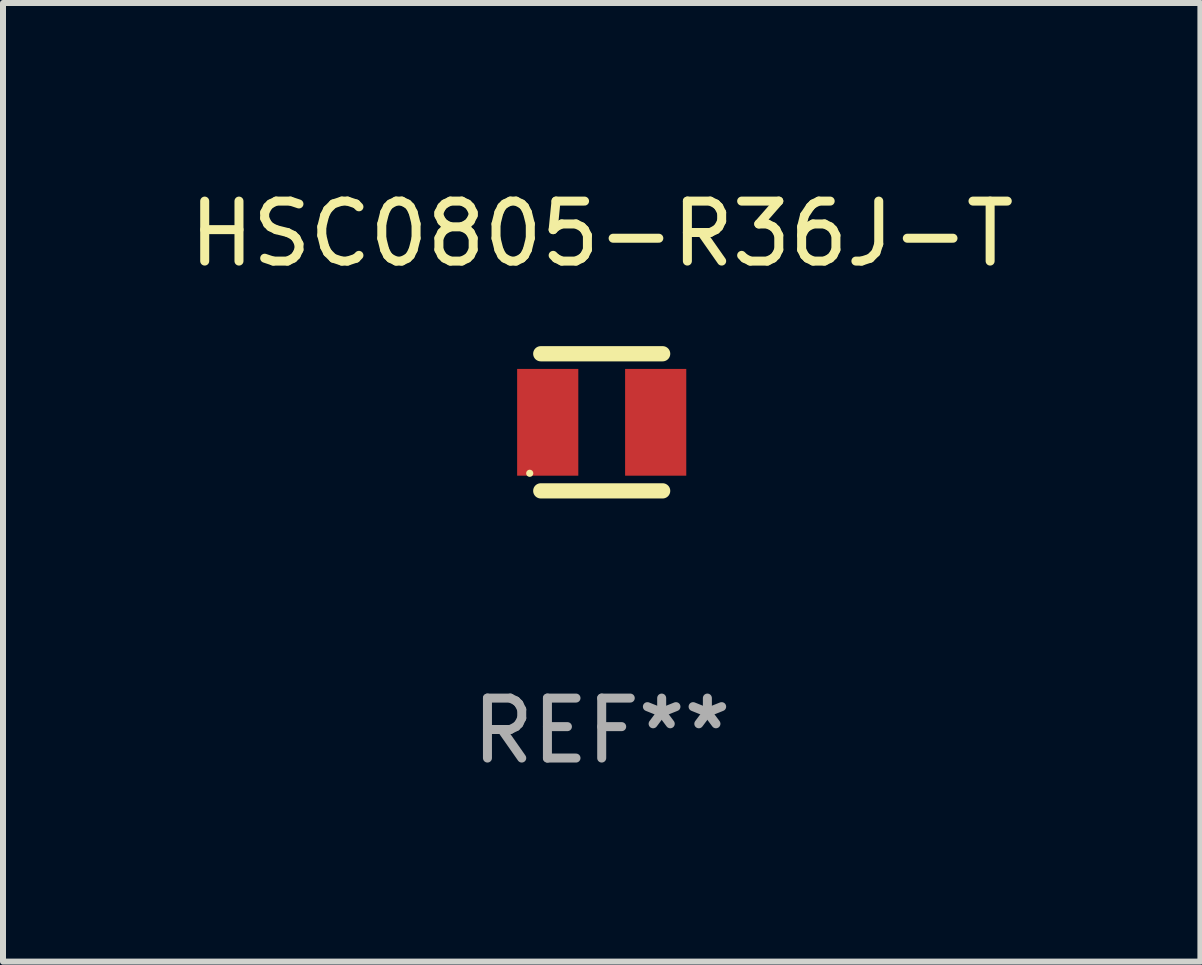
<source format=kicad_pcb>
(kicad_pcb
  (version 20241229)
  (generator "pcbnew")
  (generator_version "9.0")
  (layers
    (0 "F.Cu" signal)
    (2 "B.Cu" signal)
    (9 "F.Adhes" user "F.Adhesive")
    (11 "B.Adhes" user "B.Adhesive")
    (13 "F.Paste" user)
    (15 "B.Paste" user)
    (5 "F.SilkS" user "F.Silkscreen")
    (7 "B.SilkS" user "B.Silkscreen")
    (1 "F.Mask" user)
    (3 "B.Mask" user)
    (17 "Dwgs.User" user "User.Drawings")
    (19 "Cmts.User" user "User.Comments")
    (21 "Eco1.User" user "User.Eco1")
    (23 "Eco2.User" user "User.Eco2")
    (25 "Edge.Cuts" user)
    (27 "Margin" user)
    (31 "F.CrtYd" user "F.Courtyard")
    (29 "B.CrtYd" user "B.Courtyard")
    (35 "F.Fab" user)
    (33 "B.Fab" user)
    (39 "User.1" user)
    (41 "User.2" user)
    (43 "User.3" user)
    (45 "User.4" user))
  (footprint "HSC0805-R36J-T"
    (layer "F.Cu")
    (at 6.982 3.991)
    (property "Reference" "HSC0805-R36J-T" (at 0 -3.143 0) (layer "F.SilkS") (effects (font (size 1 1) (thickness 0.15))))
    (attr through_hole)
    (fp_line (start -1.016 -1.143) (end 1.016 -1.143) (stroke (width 0.254) (type solid)) (layer "F.SilkS"))
    (fp_line (start -1.016 1.143) (end 1.016 1.143) (stroke (width 0.254) (type solid)) (layer "F.SilkS"))
    (fp_circle (center -1.2 0.85) (end -1.17 0.85) (stroke (width 0.06) (type solid)) (fill no) (layer "F.SilkS"))
    (fp_text user "REF**" (at 0 5.143 0) (layer "F.Fab") (effects (font (size 1 1) (thickness 0.15))))
    (pad "1" smd rect (at -0.9 0) (size 1.02 1.78) (layers "F.Cu" "F.Mask" "F.Paste"))
    (pad "2" smd rect (at 0.9 0) (size 1.02 1.78) (layers "F.Cu" "F.Mask" "F.Paste")))
  (gr_rect
    (start -3 -3)
    (end 16.964 12.983)
    (stroke (width 0.1) (type default))
    (fill no)
    (layer "Edge.Cuts")))
</source>
